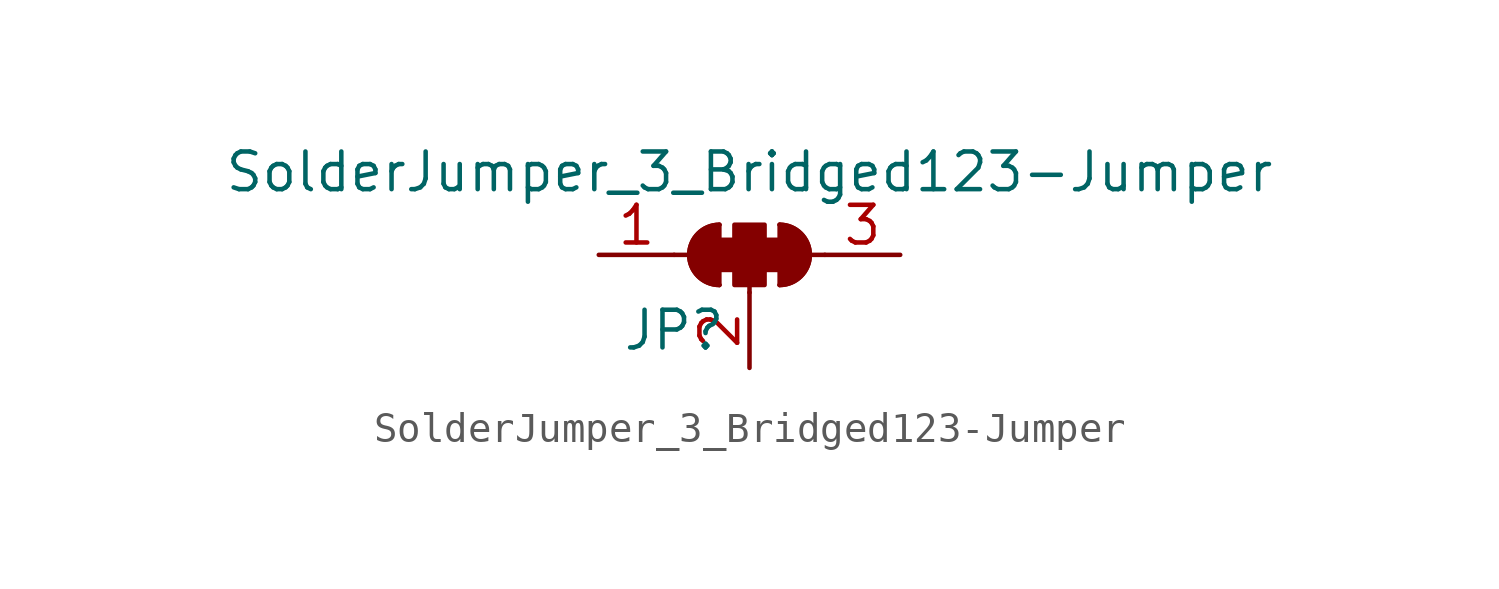
<source format=kicad_sym>
(kicad_symbol_lib
  (version 20211014)
  (generator kicad_symbol_editor)
  (symbol "SolderJumper_3_Bridged123-Jumper"
    (pin_names
      (offset 0) hide)
    (property "Reference" "JP"
      (at -2.54 -2.54 0)
      (effects (font (size 1.27 1.27))))
    (property "Value" "SolderJumper_3_Bridged123-Jumper"
      (at 0 2.794 0)
      (effects (font (size 1.27 1.27))))
    (symbol "SolderJumper_3_Bridged123-Jumper_0_1"
      (rectangle (start -1.016 0.508) (end -0.508 -0.508) (stroke (width 0) (type default) (color 0 0 0 0)) (fill (type outline)))
      (arc (start -1.016 1.016) (mid -2.032 0) (end -1.016 -1.016) (stroke (width 0) (type default) (color 0 0 0 0)) (fill (type none)))
      (arc (start -1.016 1.016) (mid -2.032 0) (end -1.016 -1.016) (stroke (width 0) (type default) (color 0 0 0 0)) (fill (type outline)))
      (rectangle (start -0.508 1.016) (end 0.508 -1.016) (stroke (width 0) (type default) (color 0 0 0 0)) (fill (type outline)))
      (polyline (pts (xy -2.54 0) (xy -2.032 0)) (stroke (width 0) (type default) (color 0 0 0 0)) (fill (type none)))
      (polyline (pts (xy -1.016 1.016) (xy -1.016 -1.016)) (stroke (width 0) (type default) (color 0 0 0 0)) (fill (type none)))
      (polyline (pts (xy 0 -1.27) (xy 0 -1.016)) (stroke (width 0) (type default) (color 0 0 0 0)) (fill (type none)))
      (polyline (pts (xy 1.016 1.016) (xy 1.016 -1.016)) (stroke (width 0) (type default) (color 0 0 0 0)) (fill (type none)))
      (polyline (pts (xy 2.54 0) (xy 2.032 0)) (stroke (width 0) (type default) (color 0 0 0 0)) (fill (type none)))
      (rectangle (start 0.508 0.508) (end 1.016 -0.508) (stroke (width 0) (type default) (color 0 0 0 0)) (fill (type outline)))
      (arc (start 1.016 -1.016) (mid 2.032 0) (end 1.016 1.016) (stroke (width 0) (type default) (color 0 0 0 0)) (fill (type none)))
      (arc (start 1.016 -1.016) (mid 2.032 0) (end 1.016 1.016) (stroke (width 0) (type default) (color 0 0 0 0)) (fill (type outline))))
    (symbol "SolderJumper_3_Bridged123-Jumper_1_1"
      (pin passive line (at -5.08 0 0) (length 2.54) (name "A" (effects (font (size 1.27 1.27)))) (number "1" (effects (font (size 1.27 1.27)))))
      (pin input line (at 0 -3.81 90) (length 2.54) (name "C" (effects (font (size 1.27 1.27)))) (number "2" (effects (font (size 1.27 1.27)))))
      (pin passive line (at 5.08 0 180) (length 2.54) (name "B" (effects (font (size 1.27 1.27)))) (number "3" (effects (font (size 1.27 1.27))))))))
</source>
